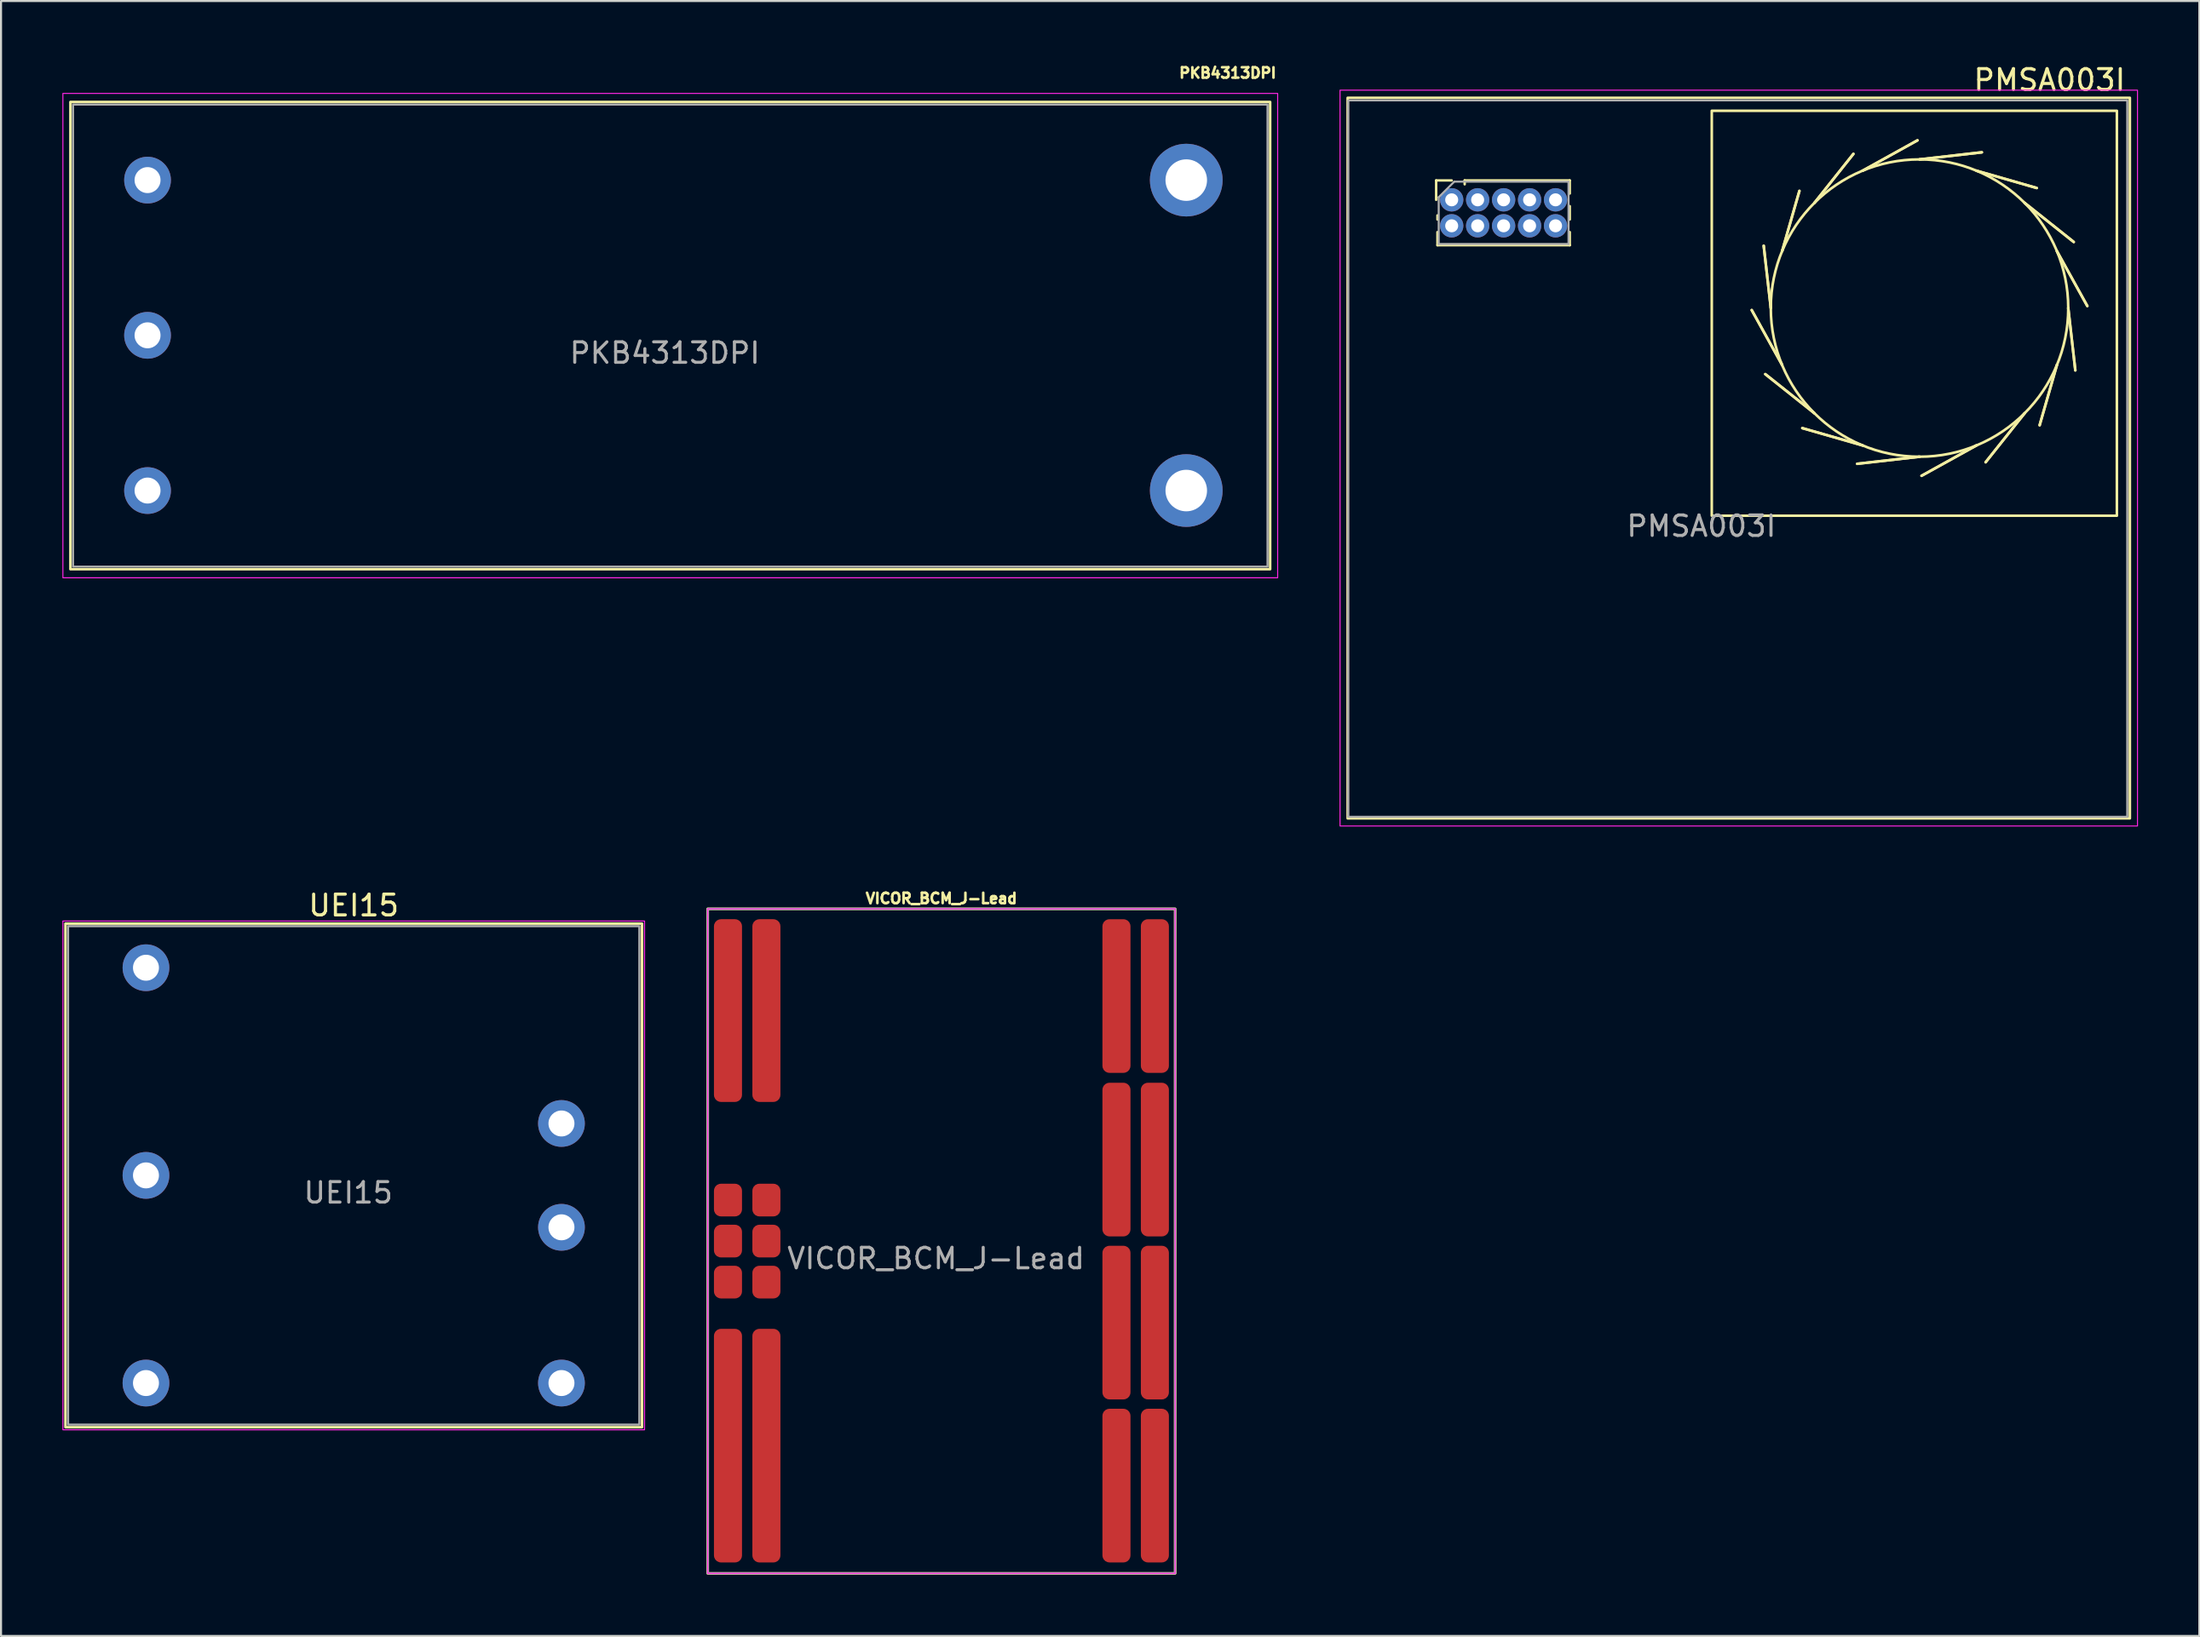
<source format=kicad_pcb>
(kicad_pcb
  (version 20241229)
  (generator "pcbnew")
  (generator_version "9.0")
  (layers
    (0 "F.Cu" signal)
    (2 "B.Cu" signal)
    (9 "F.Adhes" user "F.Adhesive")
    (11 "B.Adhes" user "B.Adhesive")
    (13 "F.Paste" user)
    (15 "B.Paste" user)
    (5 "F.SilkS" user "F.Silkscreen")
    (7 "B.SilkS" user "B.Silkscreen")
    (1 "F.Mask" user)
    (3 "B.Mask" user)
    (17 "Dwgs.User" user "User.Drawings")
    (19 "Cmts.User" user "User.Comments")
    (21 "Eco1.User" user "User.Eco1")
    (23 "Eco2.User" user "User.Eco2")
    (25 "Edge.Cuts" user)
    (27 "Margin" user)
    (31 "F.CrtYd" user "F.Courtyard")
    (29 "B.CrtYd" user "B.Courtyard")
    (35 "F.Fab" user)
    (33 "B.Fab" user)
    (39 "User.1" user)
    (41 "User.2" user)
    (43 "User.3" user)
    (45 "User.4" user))
  (footprint "PMSA003I"
    (layer "F.Cu")
    (at 100.987 1.862)
    (property "Reference" "PMSA003I" (at 0 -1 180) (layer "F.SilkS") (effects (font (size 1.016 1.016) (thickness 0.152)) (justify right)))
    (attr through_hole)
    (fp_line (start -33.8 3.915) (end -33.04 3.915) (stroke (width 0.12) (type solid)) (layer "F.SilkS"))
    (fp_line (start -33.8 4.865) (end -33.8 3.915) (stroke (width 0.12) (type solid)) (layer "F.SilkS"))
    (fp_line (start -33.735 5.827) (end -33.735 5.625) (stroke (width 0.12) (type solid)) (layer "F.SilkS"))
    (fp_line (start -33.735 7.085) (end -33.735 6.443) (stroke (width 0.12) (type solid)) (layer "F.SilkS"))
    (fp_line (start -33.735 7.085) (end -27.265 7.085) (stroke (width 0.12) (type solid)) (layer "F.SilkS"))
    (fp_line (start -32.405 3.915) (end -27.265 3.915) (stroke (width 0.12) (type solid)) (layer "F.SilkS"))
    (fp_line (start -32.405 4.105) (end -32.405 3.915) (stroke (width 0.12) (type solid)) (layer "F.SilkS"))
    (fp_line (start -27.265 4.557) (end -27.265 3.915) (stroke (width 0.12) (type solid)) (layer "F.SilkS"))
    (fp_line (start -27.265 5.827) (end -27.265 5.173) (stroke (width 0.12) (type solid)) (layer "F.SilkS"))
    (fp_line (start -27.265 7.085) (end -27.265 6.443) (stroke (width 0.12) (type solid)) (layer "F.SilkS"))
    (fp_line (start -17.703 13.393) (end -15.303 15.303) (stroke (width 0.127) (type default)) (layer "F.SilkS"))
    (fp_line (start -17.703 13.393) (end -15.303 15.303) (stroke (width 0.127) (type default)) (layer "F.SilkS"))
    (fp_line (start -17.433 10.16) (end -17.78 7.112) (stroke (width 0.127) (type default)) (layer "F.SilkS"))
    (fp_line (start -17.433 10.16) (end -17.78 7.112) (stroke (width 0.127) (type default)) (layer "F.SilkS"))
    (fp_line (start -16.88 12.943) (end -18.366 10.26) (stroke (width 0.127) (type default)) (layer "F.SilkS"))
    (fp_line (start -16.88 12.943) (end -18.366 10.26) (stroke (width 0.127) (type default)) (layer "F.SilkS"))
    (fp_line (start -16.034 4.428) (end -16.88 7.377) (stroke (width 0.127) (type default)) (layer "F.SilkS"))
    (fp_line (start -16.034 4.428) (end -16.88 7.377) (stroke (width 0.127) (type default)) (layer "F.SilkS"))
    (fp_line (start -15.892 16.034) (end -12.943 16.88) (stroke (width 0.127) (type default)) (layer "F.SilkS"))
    (fp_line (start -15.892 16.034) (end -12.943 16.88) (stroke (width 0.127) (type default)) (layer "F.SilkS"))
    (fp_line (start -13.393 2.617) (end -15.303 5.017) (stroke (width 0.127) (type default)) (layer "F.SilkS"))
    (fp_line (start -13.393 2.617) (end -15.303 5.017) (stroke (width 0.127) (type default)) (layer "F.SilkS"))
    (fp_line (start -13.208 17.78) (end -10.16 17.433) (stroke (width 0.127) (type default)) (layer "F.SilkS"))
    (fp_line (start -13.208 17.78) (end -10.16 17.433) (stroke (width 0.127) (type default)) (layer "F.SilkS"))
    (fp_line (start -12.943 3.44) (end -10.26 1.954) (stroke (width 0.127) (type default)) (layer "F.SilkS"))
    (fp_line (start -12.943 3.44) (end -10.26 1.954) (stroke (width 0.127) (type default)) (layer "F.SilkS"))
    (fp_line (start -10.16 2.887) (end -7.112 2.54) (stroke (width 0.127) (type default)) (layer "F.SilkS"))
    (fp_line (start -10.16 2.887) (end -7.112 2.54) (stroke (width 0.127) (type default)) (layer "F.SilkS"))
    (fp_line (start -10.06 18.366) (end -7.377 16.88) (stroke (width 0.127) (type default)) (layer "F.SilkS"))
    (fp_line (start -10.06 18.366) (end -7.377 16.88) (stroke (width 0.127) (type default)) (layer "F.SilkS"))
    (fp_line (start -7.377 3.44) (end -4.428 4.286) (stroke (width 0.127) (type default)) (layer "F.SilkS"))
    (fp_line (start -7.377 3.44) (end -4.428 4.286) (stroke (width 0.127) (type default)) (layer "F.SilkS"))
    (fp_line (start -5.017 5.017) (end -2.617 6.927) (stroke (width 0.127) (type default)) (layer "F.SilkS"))
    (fp_line (start -5.017 5.017) (end -2.617 6.927) (stroke (width 0.127) (type default)) (layer "F.SilkS"))
    (fp_line (start -5.017 15.303) (end -6.927 17.703) (stroke (width 0.127) (type default)) (layer "F.SilkS"))
    (fp_line (start -5.017 15.303) (end -6.927 17.703) (stroke (width 0.127) (type default)) (layer "F.SilkS"))
    (fp_line (start -3.44 12.943) (end -4.286 15.892) (stroke (width 0.127) (type default)) (layer "F.SilkS"))
    (fp_line (start -3.44 12.943) (end -4.286 15.892) (stroke (width 0.127) (type default)) (layer "F.SilkS"))
    (fp_line (start -2.54 13.208) (end -2.887 10.16) (stroke (width 0.127) (type default)) (layer "F.SilkS"))
    (fp_line (start -2.54 13.208) (end -2.887 10.16) (stroke (width 0.127) (type default)) (layer "F.SilkS"))
    (fp_line (start -1.954 10.06) (end -3.44 7.377) (stroke (width 0.127) (type default)) (layer "F.SilkS"))
    (fp_line (start -1.954 10.06) (end -3.44 7.377) (stroke (width 0.127) (type default)) (layer "F.SilkS"))
    (fp_rect (start -38.127 -0.127) (end 0.127 35.127) (stroke (width 0.127) (type default)) (fill no) (layer "F.SilkS"))
    (fp_rect (start -0.508 0.508) (end -20.32 20.32) (stroke (width 0.127) (type default)) (fill no) (layer "F.SilkS"))
    (fp_circle (center -10.16 10.16) (end -13.208 3.556) (stroke (width 0.127) (type default)) (fill no) (layer "F.SilkS"))
    (fp_rect (start -38.5 -0.5) (end 0.5 35.5) (stroke (width 0.051) (type default)) (fill no) (layer "F.CrtYd"))
    (fp_line (start -33.675 4.737) (end -32.913 3.975) (stroke (width 0.1) (type solid)) (layer "F.Fab"))
    (fp_line (start -33.675 7.025) (end -33.675 4.737) (stroke (width 0.1) (type solid)) (layer "F.Fab"))
    (fp_line (start -32.913 3.975) (end -27.325 3.975) (stroke (width 0.1) (type solid)) (layer "F.Fab"))
    (fp_line (start -27.325 3.975) (end -27.325 7.025) (stroke (width 0.1) (type solid)) (layer "F.Fab"))
    (fp_line (start -27.325 7.025) (end -33.675 7.025) (stroke (width 0.1) (type solid)) (layer "F.Fab"))
    (fp_rect (start -38.1 0) (end 0 35.052) (stroke (width 0.102) (type default)) (fill no) (layer "F.Fab"))
    (fp_text user "${REFERENCE}" (at -20.828 20.828 180) (layer "F.Fab") (effects (font (size 1 1) (thickness 0.15))))
    (pad "1" thru_hole circle (at -33.04 4.865 270) (size 1.143 1.143) (drill 0.635) (layers "*.Cu" "*.Mask"))
    (pad "2" thru_hole circle (at -33.04 6.135 270) (size 1.143 1.143) (drill 0.635) (layers "*.Cu" "*.Mask"))
    (pad "3" thru_hole circle (at -31.77 4.865 270) (size 1.143 1.143) (drill 0.635) (layers "*.Cu" "*.Mask"))
    (pad "4" thru_hole circle (at -31.77 6.135 270) (size 1.143 1.143) (drill 0.635) (layers "*.Cu" "*.Mask"))
    (pad "5" thru_hole circle (at -30.5 4.865 270) (size 1.143 1.143) (drill 0.635) (layers "*.Cu" "*.Mask"))
    (pad "6" thru_hole circle (at -30.5 6.135 270) (size 1.143 1.143) (drill 0.635) (layers "*.Cu" "*.Mask"))
    (pad "7" thru_hole circle (at -29.23 4.865 270) (size 1.143 1.143) (drill 0.635) (layers "*.Cu" "*.Mask"))
    (pad "8" thru_hole circle (at -29.23 6.135 270) (size 1.143 1.143) (drill 0.635) (layers "*.Cu" "*.Mask"))
    (pad "9" thru_hole circle (at -27.96 4.865 270) (size 1.143 1.143) (drill 0.635) (layers "*.Cu" "*.Mask"))
    (pad "10" thru_hole circle (at -27.96 6.135 270) (size 1.143 1.143) (drill 0.635) (layers "*.Cu" "*.Mask")))
  (footprint "PKB4313DPI"
    (layer "F.Cu")
    (at 29.731 13.369)
    (property "Reference" "PKB4313DPI" (at 29.705 -12.849 180) (layer "F.SilkS") (effects (font (size 0.508 0.508) (thickness 0.127)) (justify right)))
    (attr through_hole)
    (fp_rect (start -29.337 11.43) (end 29.337 -11.43) (stroke (width 0.127) (type default)) (fill no) (layer "F.SilkS"))
    (fp_rect (start -29.705 11.849) (end 29.705 -11.849) (stroke (width 0.051) (type default)) (fill no) (layer "F.CrtYd"))
    (fp_rect (start -29.21 11.303) (end 29.21 -11.303) (stroke (width 0.102) (type default)) (fill no) (layer "F.Fab"))
    (fp_text user "${REFERENCE}" (at -0.267 0.851 180) (layer "F.Fab") (effects (font (size 1 1) (thickness 0.15))))
    (pad "1" thru_hole circle (at -25.565 -7.607) (size 2.286 2.286) (drill 1.27) (layers "*.Cu" "*.Mask"))
    (pad "2" thru_hole circle (at -25.565 -0.013) (size 2.286 2.286) (drill 1.27) (layers "*.Cu" "*.Mask"))
    (pad "3" thru_hole circle (at -25.565 7.582) (size 2.286 2.286) (drill 1.27) (layers "*.Cu" "*.Mask"))
    (pad "4" thru_hole circle (at 25.235 7.582) (size 3.556 3.556) (drill 2.032) (layers "*.Cu" "*.Mask"))
    (pad "8" thru_hole circle (at 25.235 -7.607) (size 3.556 3.556) (drill 2.032) (layers "*.Cu" "*.Mask")))
  (footprint "UEI15"
    (layer "F.Cu")
    (at 14.249 54.457)
    (property "Reference" "UEI15" (at 0 -13.208 180) (layer "F.SilkS") (effects (font (size 1.016 1.016) (thickness 0.152))))
    (attr through_hole)
    (fp_rect (start -14.097 -12.319) (end 14.097 12.319) (stroke (width 0.127) (type default)) (fill no) (layer "F.SilkS"))
    (fp_rect (start -14.224 -12.446) (end 14.224 12.446) (stroke (width 0.051) (type default)) (fill no) (layer "F.CrtYd"))
    (fp_rect (start -13.97 12.192) (end 13.97 -12.192) (stroke (width 0.102) (type default)) (fill no) (layer "F.Fab"))
    (fp_text user "${REFERENCE}" (at -0.267 0.851 180) (layer "F.Fab") (effects (font (size 1 1) (thickness 0.15))))
    (pad "1" thru_hole circle (at 10.16 -2.54) (size 2.286 2.286) (drill 1.27) (layers "*.Cu" "*.Mask"))
    (pad "2" thru_hole circle (at 10.16 2.54) (size 2.286 2.286) (drill 1.27) (layers "*.Cu" "*.Mask"))
    (pad "3" thru_hole circle (at -10.16 -10.16) (size 2.286 2.286) (drill 1.27) (layers "*.Cu" "*.Mask"))
    (pad "4" thru_hole circle (at -10.16 0) (size 2.286 2.286) (drill 1.27) (layers "*.Cu" "*.Mask"))
    (pad "5" thru_hole circle (at -10.16 10.16) (size 2.286 2.286) (drill 1.27) (layers "*.Cu" "*.Mask"))
    (pad "6" thru_hole circle (at 10.16 10.16) (size 2.286 2.286) (drill 1.27) (layers "*.Cu" "*.Mask")))
  (footprint "VICOR_BCM_J-Lead"
    (layer "F.Cu")
    (at 42.992 57.671)
    (property "Reference" "VICOR_BCM_J-Lead" (at 0 -16.764 180) (layer "F.SilkS") (effects (font (size 0.508 0.508) (thickness 0.127))))
    (attr smd)
    (fp_rect (start -11.43 -16.256) (end 11.43 16.256) (stroke (width 0.127) (type default)) (fill no) (layer "F.SilkS"))
    (fp_rect (start -11.43 -16.256) (end 11.43 16.256) (stroke (width 0.051) (type default)) (fill no) (layer "F.CrtYd"))
    (fp_rect (start -11.43 -16.256) (end 11.43 16.256) (stroke (width 0.102) (type default)) (fill no) (layer "F.Fab"))
    (fp_text user "${REFERENCE}" (at -0.267 0.851 180) (layer "F.Fab") (effects (font (size 1 1) (thickness 0.15))))
    (pad "1" smd roundrect (at -10.439 -11.278) (size 1.372 8.941) (layers "F.Cu" "F.Mask" "F.Paste") (roundrect_rratio 0.25))
    (pad "1" smd roundrect (at -8.56 -11.278) (size 1.372 8.941) (layers "F.Cu" "F.Mask" "F.Paste") (roundrect_rratio 0.25))
    (pad "2" smd roundrect (at -10.439 2.007) (size 1.372 1.6) (layers "F.Cu" "F.Mask" "F.Paste") (roundrect_rratio 0.25))
    (pad "2" smd roundrect (at -8.56 2.007) (size 1.372 1.6) (layers "F.Cu" "F.Mask" "F.Paste") (roundrect_rratio 0.25))
    (pad "3" smd roundrect (at -10.439 10.008) (size 1.372 11.43) (layers "F.Cu" "F.Mask" "F.Paste") (roundrect_rratio 0.25))
    (pad "3" smd roundrect (at -8.56 10.008) (size 1.372 11.43) (layers "F.Cu" "F.Mask" "F.Paste") (roundrect_rratio 0.25))
    (pad "4" smd roundrect (at 8.56 -3.988) (size 1.372 7.518) (layers "F.Cu" "F.Mask" "F.Paste") (roundrect_rratio 0.25))
    (pad "4" smd roundrect (at 8.56 11.963) (size 1.372 7.518) (layers "F.Cu" "F.Mask" "F.Paste") (roundrect_rratio 0.25))
    (pad "4" smd roundrect (at 10.439 -3.988) (size 1.372 7.518) (layers "F.Cu" "F.Mask" "F.Paste") (roundrect_rratio 0.25))
    (pad "4" smd roundrect (at 10.439 11.963) (size 1.372 7.518) (layers "F.Cu" "F.Mask" "F.Paste") (roundrect_rratio 0.25))
    (pad "6" smd roundrect (at -10.439 0) (size 1.372 1.6) (layers "F.Cu" "F.Mask" "F.Paste") (roundrect_rratio 0.25))
    (pad "6" smd roundrect (at -8.56 0) (size 1.372 1.6) (layers "F.Cu" "F.Mask" "F.Paste") (roundrect_rratio 0.25))
    (pad "7" smd roundrect (at -10.439 -2.007) (size 1.372 1.6) (layers "F.Cu" "F.Mask" "F.Paste") (roundrect_rratio 0.25))
    (pad "7" smd roundrect (at -8.56 -2.007) (size 1.372 1.6) (layers "F.Cu" "F.Mask" "F.Paste") (roundrect_rratio 0.25))
    (pad "8" smd roundrect (at 8.56 -11.989) (size 1.372 7.518) (layers "F.Cu" "F.Mask" "F.Paste") (roundrect_rratio 0.25))
    (pad "8" smd roundrect (at 8.56 3.988) (size 1.372 7.518) (layers "F.Cu" "F.Mask" "F.Paste") (roundrect_rratio 0.25))
    (pad "8" smd roundrect (at 10.439 -11.989) (size 1.372 7.518) (layers "F.Cu" "F.Mask" "F.Paste") (roundrect_rratio 0.25))
    (pad "8" smd roundrect (at 10.439 3.988) (size 1.372 7.518) (layers "F.Cu" "F.Mask" "F.Paste") (roundrect_rratio 0.25)))
  (gr_rect
    (start -3 -3)
    (end 104.512 76.991)
    (stroke (width 0.1) (type default))
    (fill no)
    (layer "Edge.Cuts")))
</source>
